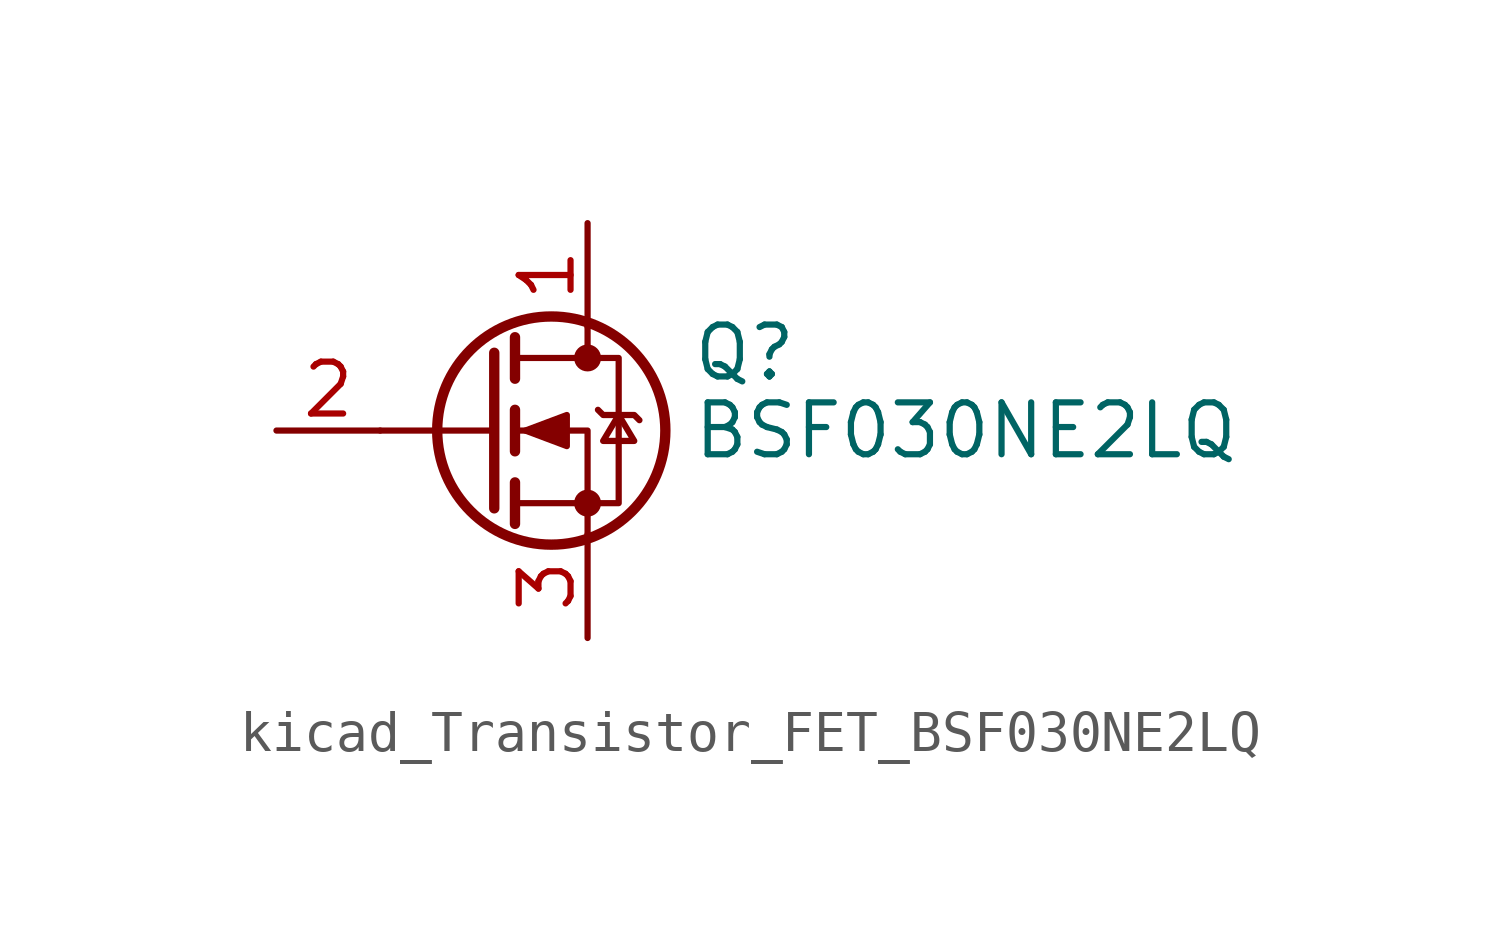
<source format=kicad_sym>
(kicad_symbol_lib
  (version 20220914)
  (generator kicad_symbol_editor)
  (symbol "kicad_Transistor_FET_BSF030NE2LQ"
    (pin_names hide)
    (property "Reference" "Q"
      (at 5.08 1.905 0)
      (effects (font (size 1.27 1.27)) (justify left)))
    (property "Value" "BSF030NE2LQ"
      (at 5.08 0 0)
      (effects (font (size 1.27 1.27)) (justify left)))
    (symbol "kicad_Transistor_FET_BSF030NE2LQ_0_1"
      (polyline (pts (xy 0.254 0) (xy -2.54 0)) (stroke (width 0) (type default)) (fill (type none)))
      (polyline (pts (xy 0.254 1.905) (xy 0.254 -1.905)) (stroke (width 0.254) (type default)) (fill (type none)))
      (polyline (pts (xy 0.762 -1.27) (xy 0.762 -2.286)) (stroke (width 0.254) (type default)) (fill (type none)))
      (polyline (pts (xy 0.762 0.508) (xy 0.762 -0.508)) (stroke (width 0.254) (type default)) (fill (type none)))
      (polyline (pts (xy 0.762 2.286) (xy 0.762 1.27)) (stroke (width 0.254) (type default)) (fill (type none)))
      (polyline (pts (xy 2.54 2.54) (xy 2.54 1.778)) (stroke (width 0) (type default)) (fill (type none)))
      (polyline (pts (xy 2.54 -2.54) (xy 2.54 0) (xy 0.762 0)) (stroke (width 0) (type default)) (fill (type none)))
      (polyline (pts (xy 0.762 -1.778) (xy 3.302 -1.778) (xy 3.302 1.778) (xy 0.762 1.778)) (stroke (width 0) (type default)) (fill (type none)))
      (polyline (pts (xy 1.016 0) (xy 2.032 0.381) (xy 2.032 -0.381) (xy 1.016 0)) (stroke (width 0) (type default)) (fill (type outline)))
      (polyline (pts (xy 2.794 0.508) (xy 2.921 0.381) (xy 3.683 0.381) (xy 3.81 0.254)) (stroke (width 0) (type default)) (fill (type none)))
      (polyline (pts (xy 3.302 0.381) (xy 2.921 -0.254) (xy 3.683 -0.254) (xy 3.302 0.381)) (stroke (width 0) (type default)) (fill (type none)))
      (circle (center 1.651 0) (radius 2.794) (stroke (width 0.254) (type default)) (fill (type none)))
      (circle (center 2.54 -1.778) (radius 0.254) (stroke (width 0) (type default)) (fill (type outline)))
      (circle (center 2.54 1.778) (radius 0.254) (stroke (width 0) (type default)) (fill (type outline))))
    (symbol "kicad_Transistor_FET_BSF030NE2LQ_1_1"
      (pin passive line (at 2.54 5.08 270) (length 2.54) (name "D" (effects (font (size 1.27 1.27)))) (number "1" (effects (font (size 1.27 1.27)))))
      (pin input line (at -5.08 0 0) (length 2.54) (name "G" (effects (font (size 1.27 1.27)))) (number "2" (effects (font (size 1.27 1.27)))))
      (pin passive line (at 2.54 -5.08 90) (length 2.54) (name "S" (effects (font (size 1.27 1.27)))) (number "3" (effects (font (size 1.27 1.27))))))))
</source>
